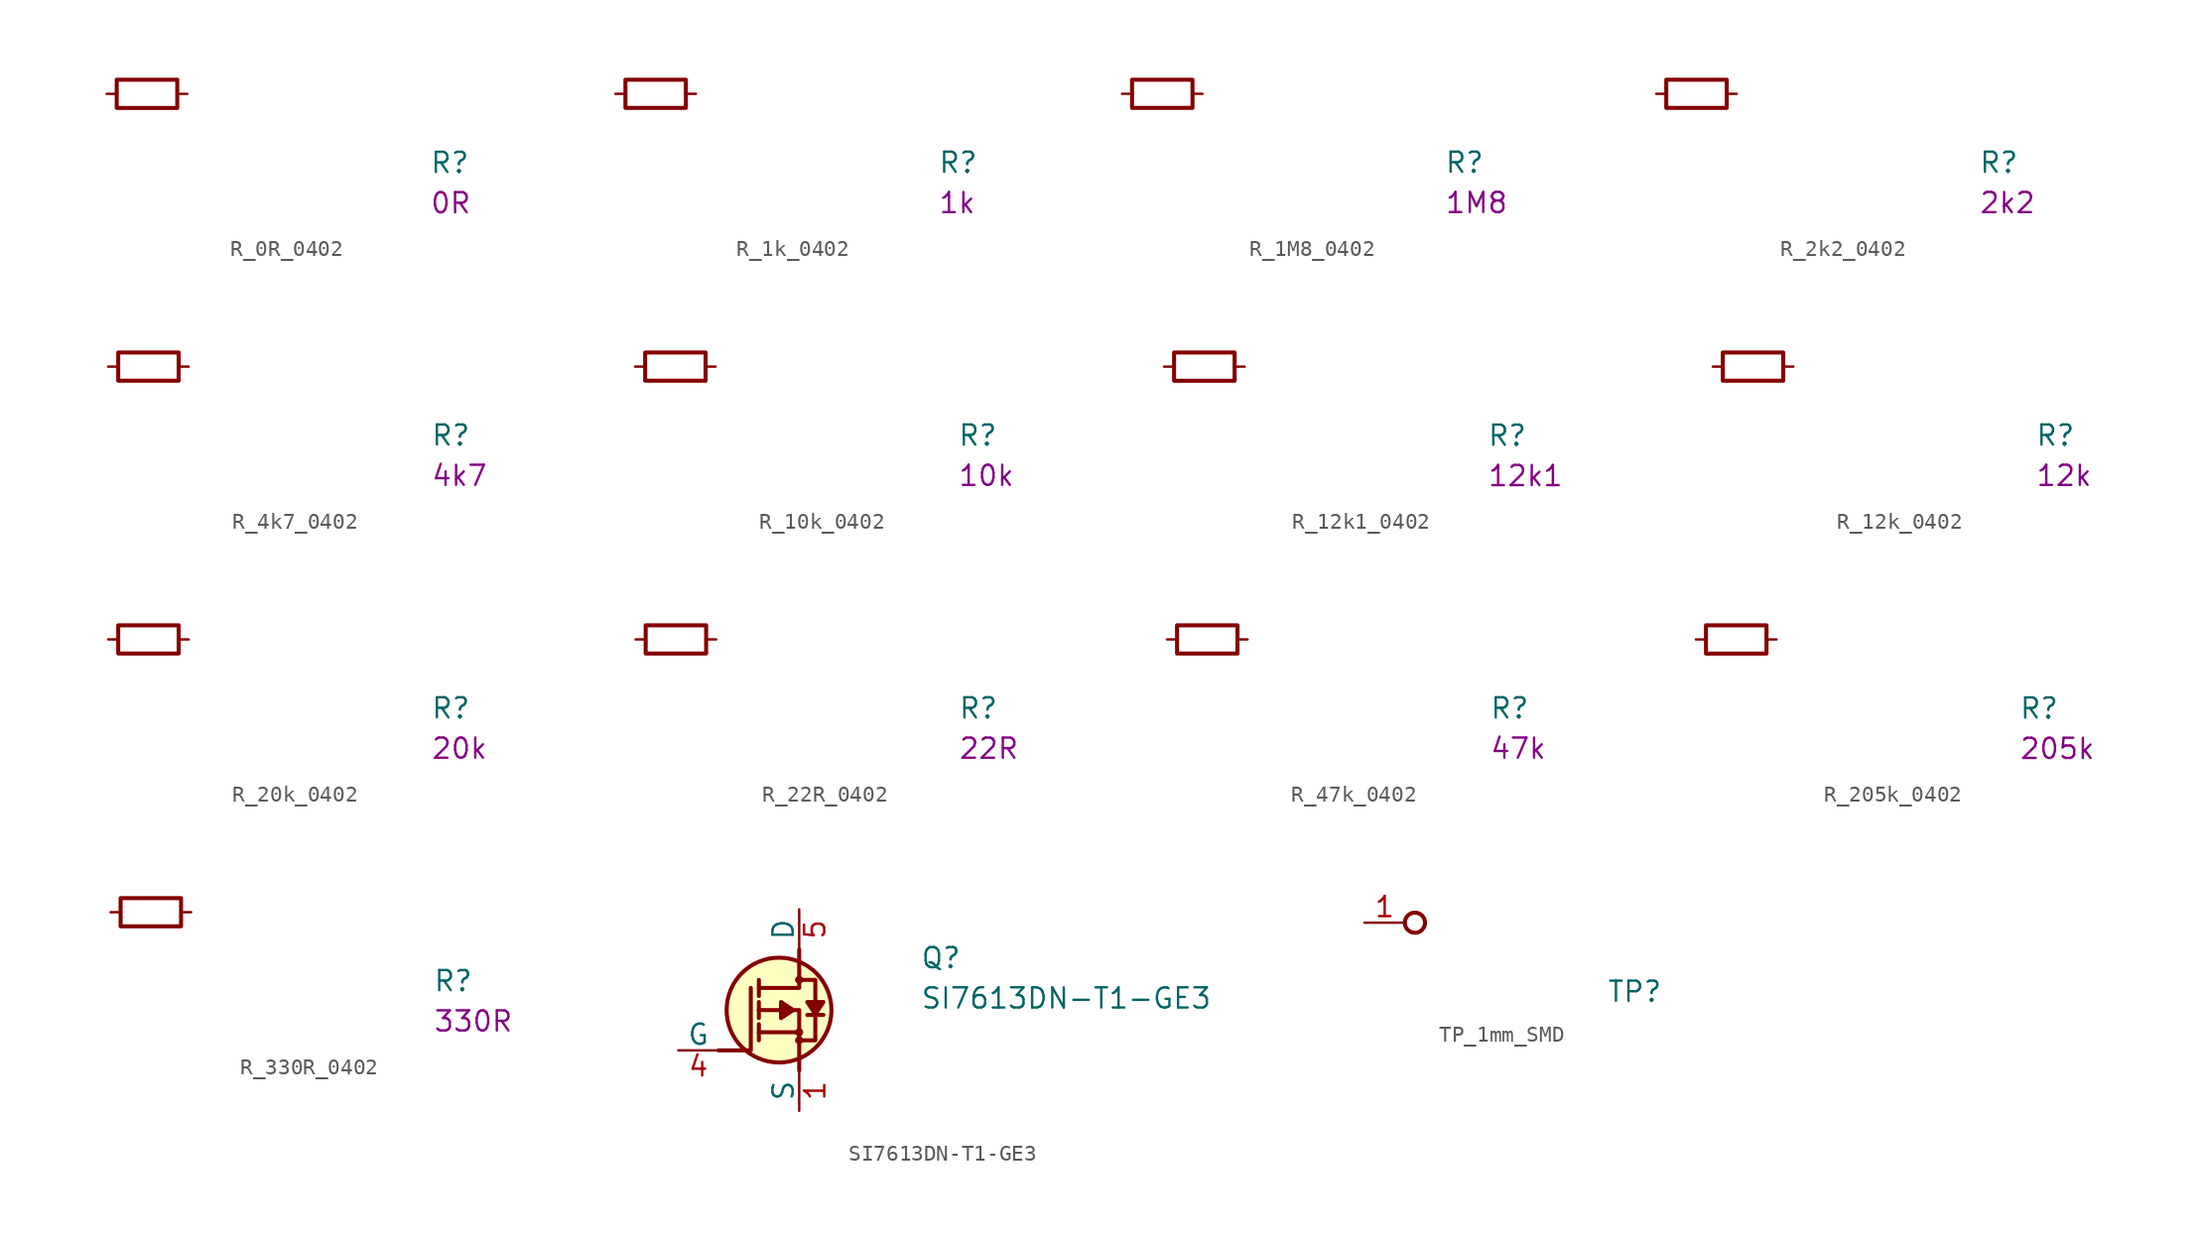
<source format=kicad_sym>
(kicad_symbol_lib
  (version 20220914)
  (generator kicad_symbol_editor)
  (symbol "R_0R_0402"
    (pin_numbers hide)
    (pin_names hide)
    (property "Reference" "R"
      (at 20.32 -5.08 0)
      (effects (font (size 1.27 1.27) (thickness 0.15)) (justify left bottom)))
    (property "Val" "0R"
      (at 20.32 -7.62 0)
      (effects (font (size 1.27 1.27) (thickness 0.15)) (justify left bottom)))
    (symbol "R_0R_0402_0_1"
      (rectangle (start 0.635 0.889) (end 4.445 -0.889) (stroke (width 0.254) (type default)) (fill (type none))))
    (symbol "R_0R_0402_1_1"
      (pin passive line (at 0 0 0) (length 0.635) (name "~" (effects (font (size 1.27 1.27)))) (number "1" (effects (font (size 1.27 1.27)))))
      (pin passive line (at 5.08 0 180) (length 0.635) (name "~" (effects (font (size 1.27 1.27)))) (number "2" (effects (font (size 1.27 1.27)))))))
  (symbol "R_1k_0402"
    (pin_numbers hide)
    (pin_names hide)
    (property "Reference" "R"
      (at 20.32 -5.08 0)
      (effects (font (size 1.27 1.27) (thickness 0.15)) (justify left bottom)))
    (property "Val" "1k"
      (at 20.32 -7.62 0)
      (effects (font (size 1.27 1.27) (thickness 0.15)) (justify left bottom)))
    (symbol "R_1k_0402_0_1"
      (rectangle (start 0.635 0.889) (end 4.445 -0.889) (stroke (width 0.254) (type default)) (fill (type none))))
    (symbol "R_1k_0402_1_1"
      (pin passive line (at 0 0 0) (length 0.635) (name "~" (effects (font (size 1.27 1.27)))) (number "1" (effects (font (size 1.27 1.27)))))
      (pin passive line (at 5.08 0 180) (length 0.635) (name "~" (effects (font (size 1.27 1.27)))) (number "2" (effects (font (size 1.27 1.27)))))))
  (symbol "R_1M8_0402"
    (pin_numbers hide)
    (pin_names hide)
    (property "Reference" "R"
      (at 20.32 -5.08 0)
      (effects (font (size 1.27 1.27) (thickness 0.15)) (justify left bottom)))
    (property "Val" "1M8"
      (at 20.32 -7.62 0)
      (effects (font (size 1.27 1.27) (thickness 0.15)) (justify left bottom)))
    (symbol "R_1M8_0402_0_1"
      (rectangle (start 0.635 0.889) (end 4.445 -0.889) (stroke (width 0.254) (type default)) (fill (type none))))
    (symbol "R_1M8_0402_1_1"
      (pin passive line (at 0 0 0) (length 0.635) (name "~" (effects (font (size 1.27 1.27)))) (number "1" (effects (font (size 1.27 1.27)))))
      (pin passive line (at 5.08 0 180) (length 0.635) (name "~" (effects (font (size 1.27 1.27)))) (number "2" (effects (font (size 1.27 1.27)))))))
  (symbol "R_2k2_0402"
    (pin_numbers hide)
    (pin_names hide)
    (property "Reference" "R"
      (at 20.32 -5.08 0)
      (effects (font (size 1.27 1.27) (thickness 0.15)) (justify left bottom)))
    (property "Val" "2k2"
      (at 20.32 -7.62 0)
      (effects (font (size 1.27 1.27) (thickness 0.15)) (justify left bottom)))
    (symbol "R_2k2_0402_0_1"
      (rectangle (start 0.635 0.889) (end 4.445 -0.889) (stroke (width 0.254) (type default)) (fill (type none))))
    (symbol "R_2k2_0402_1_1"
      (pin passive line (at 0 0 0) (length 0.635) (name "~" (effects (font (size 1.27 1.27)))) (number "1" (effects (font (size 1.27 1.27)))))
      (pin passive line (at 5.08 0 180) (length 0.635) (name "~" (effects (font (size 1.27 1.27)))) (number "2" (effects (font (size 1.27 1.27)))))))
  (symbol "R_4k7_0402"
    (pin_numbers hide)
    (pin_names hide)
    (property "Reference" "R"
      (at 20.32 -5.08 0)
      (effects (font (size 1.27 1.27) (thickness 0.15)) (justify left bottom)))
    (property "Val" "4k7"
      (at 20.32 -7.62 0)
      (effects (font (size 1.27 1.27) (thickness 0.15)) (justify left bottom)))
    (symbol "R_4k7_0402_0_1"
      (rectangle (start 0.635 0.889) (end 4.445 -0.889) (stroke (width 0.254) (type default)) (fill (type none))))
    (symbol "R_4k7_0402_1_1"
      (pin passive line (at 0 0 0) (length 0.635) (name "~" (effects (font (size 1.27 1.27)))) (number "1" (effects (font (size 1.27 1.27)))))
      (pin passive line (at 5.08 0 180) (length 0.635) (name "~" (effects (font (size 1.27 1.27)))) (number "2" (effects (font (size 1.27 1.27)))))))
  (symbol "R_10k_0402"
    (pin_numbers hide)
    (pin_names hide)
    (property "Reference" "R"
      (at 20.32 -5.08 0)
      (effects (font (size 1.27 1.27) (thickness 0.15)) (justify left bottom)))
    (property "Val" "10k"
      (at 20.32 -7.62 0)
      (effects (font (size 1.27 1.27) (thickness 0.15)) (justify left bottom)))
    (symbol "R_10k_0402_0_1"
      (rectangle (start 0.635 0.889) (end 4.445 -0.889) (stroke (width 0.254) (type default)) (fill (type none))))
    (symbol "R_10k_0402_1_1"
      (pin passive line (at 0 0 0) (length 0.635) (name "~" (effects (font (size 1.27 1.27)))) (number "1" (effects (font (size 1.27 1.27)))))
      (pin passive line (at 5.08 0 180) (length 0.635) (name "~" (effects (font (size 1.27 1.27)))) (number "2" (effects (font (size 1.27 1.27)))))))
  (symbol "R_12k1_0402"
    (pin_numbers hide)
    (pin_names hide)
    (property "Reference" "R"
      (at 20.32 -5.08 0)
      (effects (font (size 1.27 1.27) (thickness 0.15)) (justify left bottom)))
    (property "Val" "12k1"
      (at 20.32 -7.62 0)
      (effects (font (size 1.27 1.27) (thickness 0.15)) (justify left bottom)))
    (symbol "R_12k1_0402_0_1"
      (rectangle (start 0.635 0.889) (end 4.445 -0.889) (stroke (width 0.254) (type default)) (fill (type none))))
    (symbol "R_12k1_0402_1_1"
      (pin passive line (at 0 0 0) (length 0.635) (name "~" (effects (font (size 1.27 1.27)))) (number "1" (effects (font (size 1.27 1.27)))))
      (pin passive line (at 5.08 0 180) (length 0.635) (name "~" (effects (font (size 1.27 1.27)))) (number "2" (effects (font (size 1.27 1.27)))))))
  (symbol "R_12k_0402"
    (pin_numbers hide)
    (pin_names hide)
    (property "Reference" "R"
      (at 20.32 -5.08 0)
      (effects (font (size 1.27 1.27) (thickness 0.15)) (justify left bottom)))
    (property "Val" "12k"
      (at 20.32 -7.62 0)
      (effects (font (size 1.27 1.27) (thickness 0.15)) (justify left bottom)))
    (symbol "R_12k_0402_0_1"
      (rectangle (start 0.635 0.889) (end 4.445 -0.889) (stroke (width 0.254) (type default)) (fill (type none))))
    (symbol "R_12k_0402_1_1"
      (pin passive line (at 0 0 0) (length 0.635) (name "~" (effects (font (size 1.27 1.27)))) (number "1" (effects (font (size 1.27 1.27)))))
      (pin passive line (at 5.08 0 180) (length 0.635) (name "~" (effects (font (size 1.27 1.27)))) (number "2" (effects (font (size 1.27 1.27)))))))
  (symbol "R_20k_0402"
    (pin_numbers hide)
    (pin_names hide)
    (property "Reference" "R"
      (at 20.32 -5.08 0)
      (effects (font (size 1.27 1.27) (thickness 0.15)) (justify left bottom)))
    (property "Val" "20k"
      (at 20.32 -7.62 0)
      (effects (font (size 1.27 1.27) (thickness 0.15)) (justify left bottom)))
    (symbol "R_20k_0402_0_1"
      (rectangle (start 0.635 0.889) (end 4.445 -0.889) (stroke (width 0.254) (type default)) (fill (type none))))
    (symbol "R_20k_0402_1_1"
      (pin passive line (at 0 0 0) (length 0.635) (name "~" (effects (font (size 1.27 1.27)))) (number "1" (effects (font (size 1.27 1.27)))))
      (pin passive line (at 5.08 0 180) (length 0.635) (name "~" (effects (font (size 1.27 1.27)))) (number "2" (effects (font (size 1.27 1.27)))))))
  (symbol "R_22R_0402"
    (pin_numbers hide)
    (pin_names hide)
    (property "Reference" "R"
      (at 20.32 -5.08 0)
      (effects (font (size 1.27 1.27) (thickness 0.15)) (justify left bottom)))
    (property "Val" "22R"
      (at 20.32 -7.62 0)
      (effects (font (size 1.27 1.27) (thickness 0.15)) (justify left bottom)))
    (symbol "R_22R_0402_0_1"
      (rectangle (start 0.635 0.889) (end 4.445 -0.889) (stroke (width 0.254) (type default)) (fill (type none))))
    (symbol "R_22R_0402_1_1"
      (pin passive line (at 0 0 0) (length 0.635) (name "~" (effects (font (size 1.27 1.27)))) (number "1" (effects (font (size 1.27 1.27)))))
      (pin passive line (at 5.08 0 180) (length 0.635) (name "~" (effects (font (size 1.27 1.27)))) (number "2" (effects (font (size 1.27 1.27)))))))
  (symbol "R_47k_0402"
    (pin_numbers hide)
    (pin_names hide)
    (property "Reference" "R"
      (at 20.32 -5.08 0)
      (effects (font (size 1.27 1.27) (thickness 0.15)) (justify left bottom)))
    (property "Val" "47k"
      (at 20.32 -7.62 0)
      (effects (font (size 1.27 1.27) (thickness 0.15)) (justify left bottom)))
    (symbol "R_47k_0402_0_1"
      (rectangle (start 0.635 0.889) (end 4.445 -0.889) (stroke (width 0.254) (type default)) (fill (type none))))
    (symbol "R_47k_0402_1_1"
      (pin passive line (at 0 0 0) (length 0.635) (name "~" (effects (font (size 1.27 1.27)))) (number "1" (effects (font (size 1.27 1.27)))))
      (pin passive line (at 5.08 0 180) (length 0.635) (name "~" (effects (font (size 1.27 1.27)))) (number "2" (effects (font (size 1.27 1.27)))))))
  (symbol "R_205k_0402"
    (pin_numbers hide)
    (pin_names hide)
    (property "Reference" "R"
      (at 20.32 -5.08 0)
      (effects (font (size 1.27 1.27) (thickness 0.15)) (justify left bottom)))
    (property "Val" "205k"
      (at 20.32 -7.62 0)
      (effects (font (size 1.27 1.27) (thickness 0.15)) (justify left bottom)))
    (symbol "R_205k_0402_0_1"
      (rectangle (start 0.635 0.889) (end 4.445 -0.889) (stroke (width 0.254) (type default)) (fill (type none))))
    (symbol "R_205k_0402_1_1"
      (pin passive line (at 0 0 0) (length 0.635) (name "~" (effects (font (size 1.27 1.27)))) (number "1" (effects (font (size 1.27 1.27)))))
      (pin passive line (at 5.08 0 180) (length 0.635) (name "~" (effects (font (size 1.27 1.27)))) (number "2" (effects (font (size 1.27 1.27)))))))
  (symbol "R_330R_0402"
    (pin_numbers hide)
    (pin_names hide)
    (property "Reference" "R"
      (at 20.32 -5.08 0)
      (effects (font (size 1.27 1.27) (thickness 0.15)) (justify left bottom)))
    (property "Val" "330R"
      (at 20.32 -7.62 0)
      (effects (font (size 1.27 1.27) (thickness 0.15)) (justify left bottom)))
    (symbol "R_330R_0402_0_1"
      (rectangle (start 0.635 0.889) (end 4.445 -0.889) (stroke (width 0.254) (type default)) (fill (type none))))
    (symbol "R_330R_0402_1_1"
      (pin passive line (at 0 0 0) (length 0.635) (name "~" (effects (font (size 1.27 1.27)))) (number "1" (effects (font (size 1.27 1.27)))))
      (pin passive line (at 5.08 0 180) (length 0.635) (name "~" (effects (font (size 1.27 1.27)))) (number "2" (effects (font (size 1.27 1.27)))))))
  (symbol "SI7613DN-T1-GE3"
    (pin_names
      (offset 0))
    (property "Reference" "Q"
      (at 15.24 5.08 0)
      (effects (font (size 1.27 1.27) (thickness 0.15)) (justify left bottom)))
    (property "Value" "SI7613DN-T1-GE3"
      (at 15.24 2.54 0)
      (effects (font (size 1.27 1.27) (thickness 0.15)) (justify left bottom)))
    (symbol "SI7613DN-T1-GE3_1_1"
      (polyline (pts (xy 5.08 1.143) (xy 5.08 0.635)) (stroke (width 0.254) (type default)) (fill (type background)))
      (polyline (pts (xy 5.08 1.143) (xy 5.08 1.651)) (stroke (width 0.254) (type default)) (fill (type background)))
      (polyline (pts (xy 5.08 2.54) (xy 5.08 2.032)) (stroke (width 0.254) (type default)) (fill (type background)))
      (polyline (pts (xy 5.08 2.54) (xy 5.08 3.048)) (stroke (width 0.254) (type default)) (fill (type background)))
      (polyline (pts (xy 5.08 4.445) (xy 5.08 3.429)) (stroke (width 0.254) (type default)) (fill (type background)))
      (polyline (pts (xy 7.62 1.143) (xy 5.08 1.143)) (stroke (width 0.254) (type default)) (fill (type background)))
      (polyline (pts (xy 9.144 2.235) (xy 8.128 2.235)) (stroke (width 0.254) (type default)) (fill (type background)))
      (polyline (pts (xy 2.54 0) (xy 4.572 0) (xy 4.572 3.937)) (stroke (width 0.254) (type default)) (fill (type none)))
      (polyline (pts (xy 7.62 -1.27) (xy 7.62 2.54) (xy 5.08 2.54)) (stroke (width 0.254) (type default)) (fill (type none)))
      (polyline (pts (xy 7.62 6.35) (xy 7.62 3.937) (xy 5.08 3.937)) (stroke (width 0.254) (type default)) (fill (type none)))
      (polyline (pts (xy 7.239 2.54) (xy 6.477 3.048) (xy 6.477 2.032) (xy 7.239 2.54)) (stroke (width 0.254) (type default)) (fill (type outline)))
      (polyline (pts (xy 8.636 2.286) (xy 8.128 3.048) (xy 9.144 3.048) (xy 8.636 2.286)) (stroke (width 0.254) (type default)) (fill (type outline)))
      (polyline (pts (xy 7.493 0.635) (xy 8.636 0.635) (xy 8.636 3.937) (xy 8.636 4.445) (xy 7.493 4.445)) (stroke (width 0.254) (type default)) (fill (type background)))
      (circle (center 6.35 2.54) (radius 3.302) (stroke (width 0.254) (type default)) (fill (type background)))
      (circle (center 7.62 0.635) (radius 0.127) (stroke (width 0.254) (type default)) (fill (type background)))
      (circle (center 7.62 1.143) (radius 0.127) (stroke (width 0.254) (type default)) (fill (type background)))
      (circle (center 7.62 4.445) (radius 0.127) (stroke (width 0.254) (type default)) (fill (type background)))
      (pin passive line (at 7.62 -3.81 90) (length 2.54) (name "S" (effects (font (size 1.27 1.27)))) (number "1" (effects (font (size 1.27 1.27)))))
      (pin passive line (at 7.62 -3.81 90) (length 2.54) hide (name "S" (effects (font (size 1.27 1.27)))) (number "2" (effects (font (size 1.27 1.27)))))
      (pin passive line (at 7.62 -3.81 90) (length 2.54) hide (name "S" (effects (font (size 1.27 1.27)))) (number "3" (effects (font (size 1.27 1.27)))))
      (pin passive line (at 0 0 0) (length 2.54) (name "G" (effects (font (size 1.27 1.27)))) (number "4" (effects (font (size 1.27 1.27)))))
      (pin passive line (at 7.62 8.89 270) (length 2.54) (name "D" (effects (font (size 1.27 1.27)))) (number "5" (effects (font (size 1.27 1.27)))))))
  (symbol "TP_1mm_SMD"
    (pin_names hide)
    (property "Reference" "TP"
      (at 15.24 -5.08 0)
      (effects (font (size 1.27 1.27) (thickness 0.15)) (justify left bottom)))
    (symbol "TP_1mm_SMD_1_1"
      (circle (center 3.175 0) (radius 0.635) (stroke (width 0.254) (type default)) (fill (type none)))
      (pin passive line (at 0 0 0) (length 2.54) (name "1" (effects (font (size 1.27 1.27)))) (number "1" (effects (font (size 1.27 1.27))))))))
</source>
